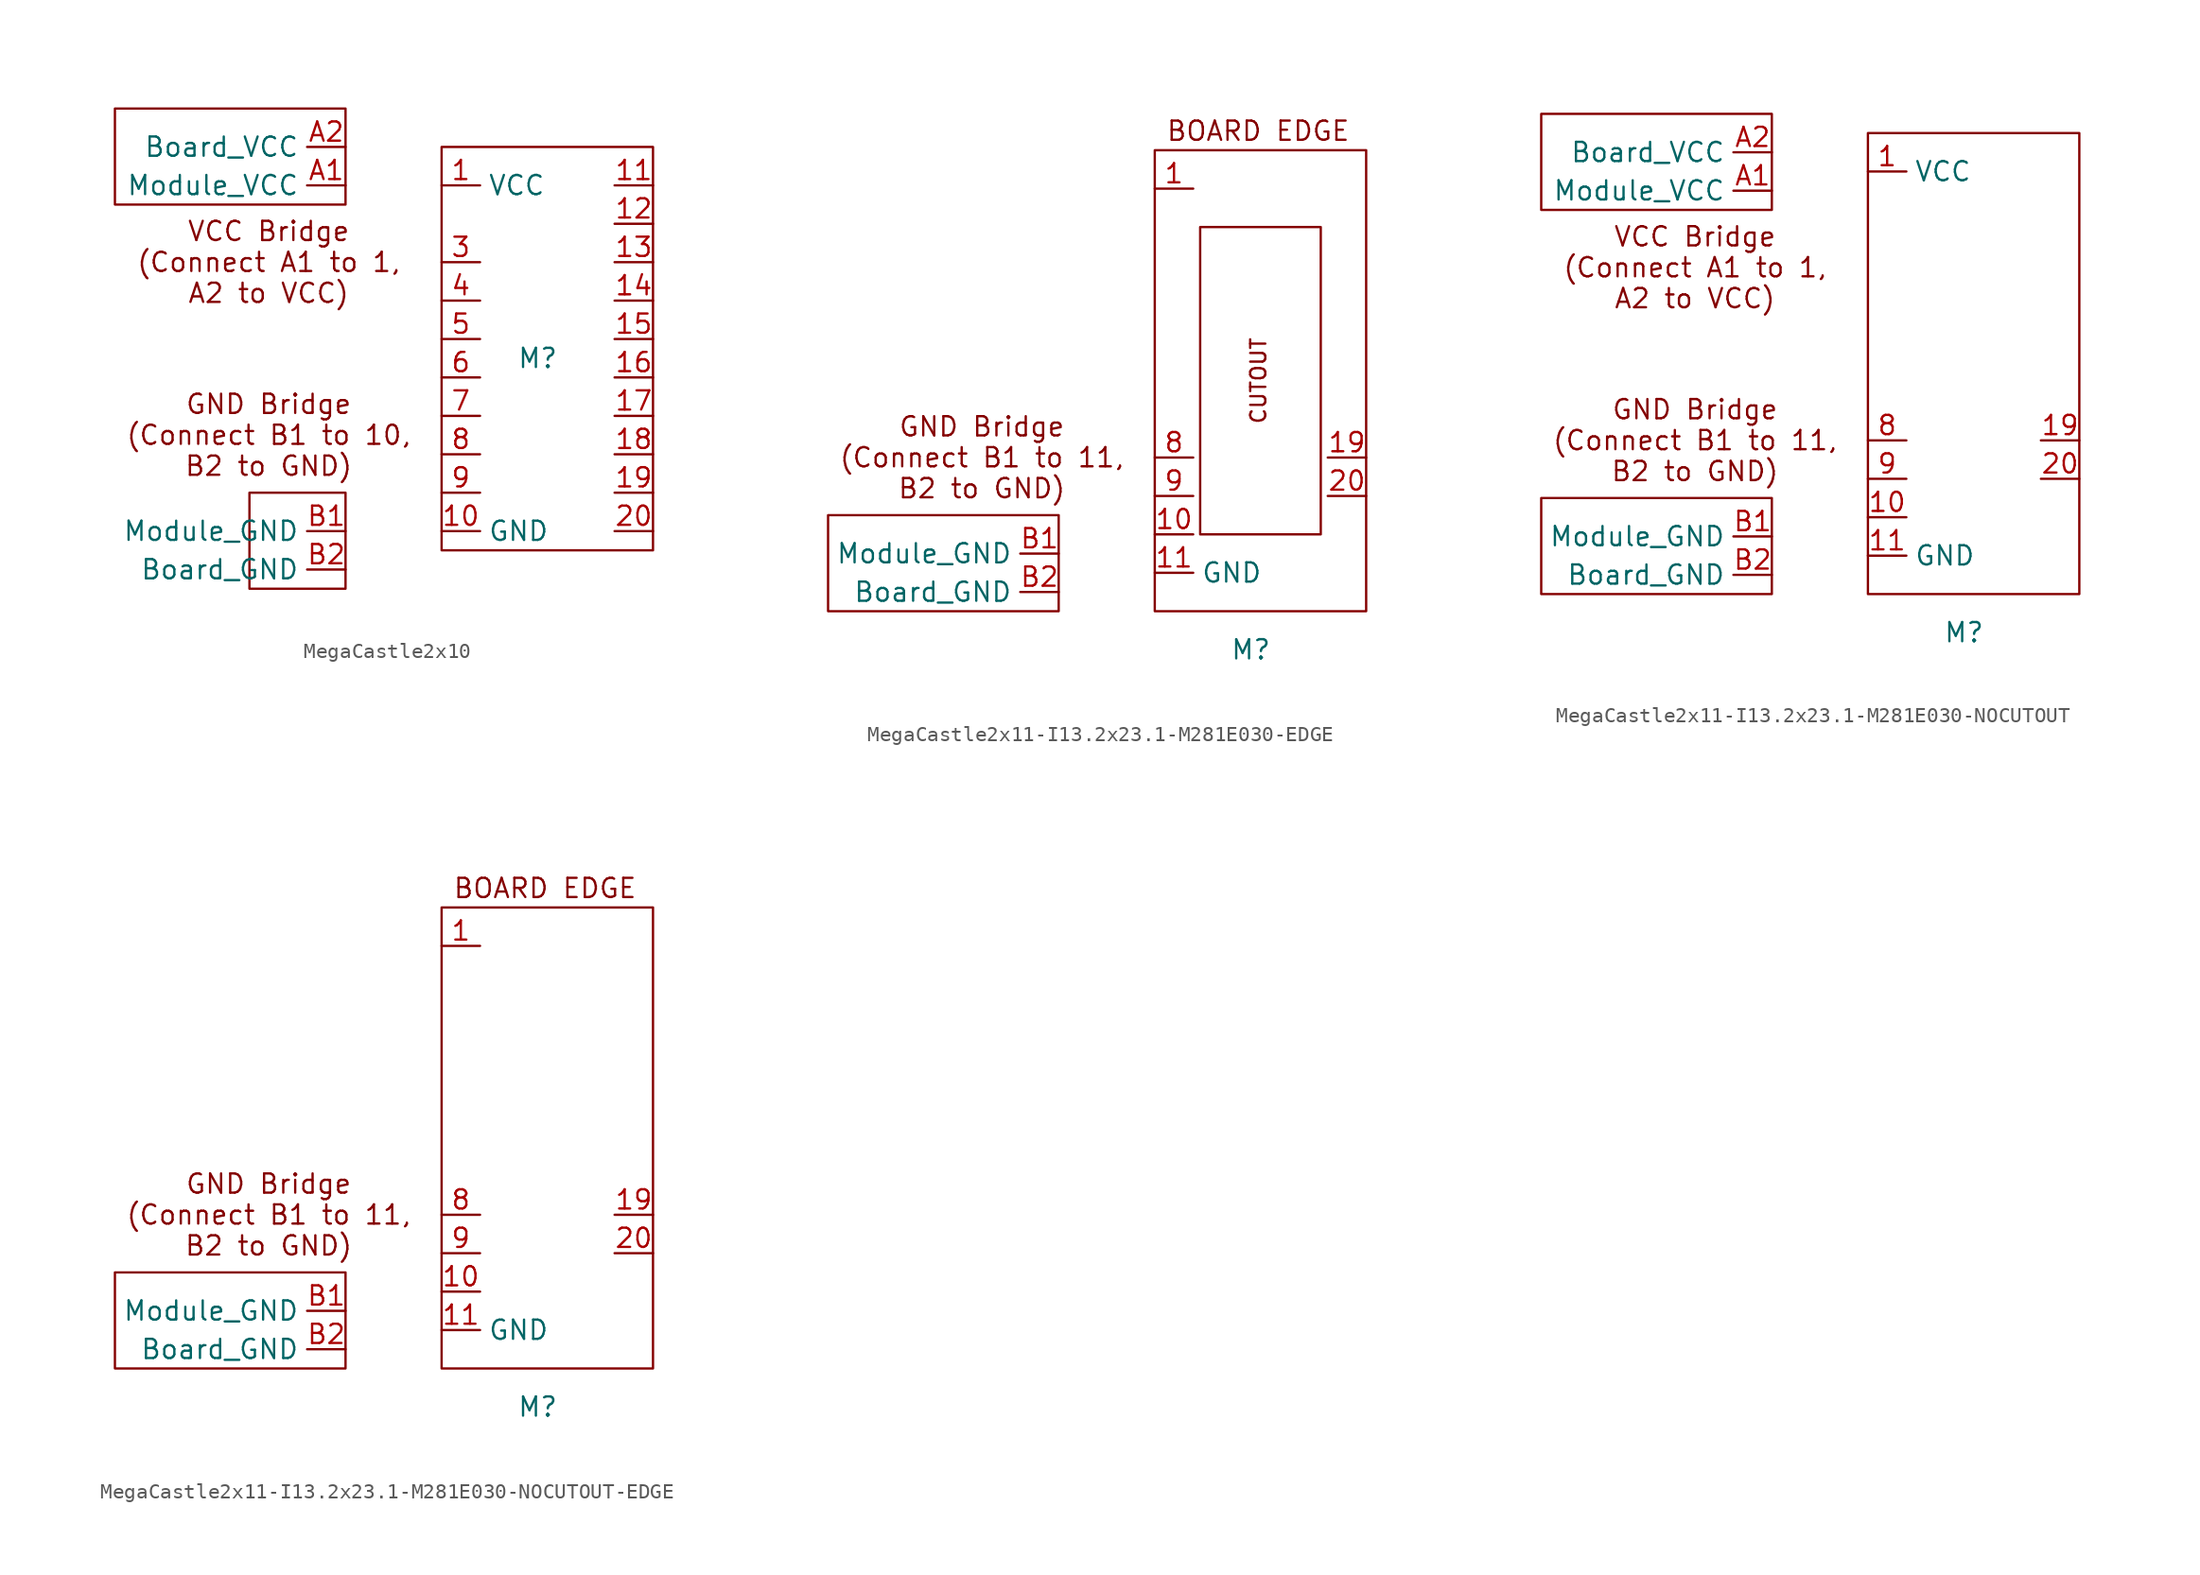
<source format=kicad_sym>
(kicad_symbol_lib
  (version 20241209)
  (generator "kicad_symbol_editor")
  (generator_version "9.0")
  (symbol "MegaCastle2x10"
    (property "Reference" "M"
      (at 0 0 0)
      (effects (font (size 1.27 1.27))))
    (property "Value" ""
      (at 0 5.08 0)
      (effects (font (size 1.27 1.27))))
    (symbol "MegaCastle2x10_0_1"
      (rectangle (start -27.94 16.51) (end -12.7 10.16) (stroke (width 0) (type default)) (fill (type none)))
      (rectangle (start -19.05 -8.89) (end -12.7 -15.24) (stroke (width 0) (type default)) (fill (type none)))
      (rectangle (start -6.35 13.97) (end 7.62 -12.7) (stroke (width 0) (type default)) (fill (type none))))
    (symbol "MegaCastle2x10_1_1"
      (text "VCC Bridge\n(Connect A1 to 1,\nA2 to VCC)" (at -17.78 6.35 0) (effects (font (size 1.27 1.27))))
      (text "GND Bridge\n(Connect B1 to 10,\nB2 to GND)" (at -17.78 -5.08 0) (effects (font (size 1.27 1.27))))
      (pin bidirectional line (at -12.7 13.97 180) (length 2.54) (name "Board_VCC" (effects (font (size 1.27 1.27)))) (number "A2" (effects (font (size 1.27 1.27)))))
      (pin bidirectional line (at -12.7 11.43 180) (length 2.54) (name "Module_VCC" (effects (font (size 1.27 1.27)))) (number "A1" (effects (font (size 1.27 1.27)))))
      (pin bidirectional line (at -12.7 -11.43 180) (length 2.54) (name "Module_GND" (effects (font (size 1.27 1.27)))) (number "B1" (effects (font (size 1.27 1.27)))))
      (pin bidirectional line (at -12.7 -13.97 180) (length 2.54) (name "Board_GND" (effects (font (size 1.27 1.27)))) (number "B2" (effects (font (size 1.27 1.27)))))
      (pin bidirectional line (at -6.35 11.43 0) (length 2.54) (name "VCC" (effects (font (size 1.27 1.27)))) (number "1" (effects (font (size 1.27 1.27)))))
      (pin bidirectional line (at -6.35 6.35 0) (length 2.54) (name "" (effects (font (size 1.27 1.27)))) (number "3" (effects (font (size 1.27 1.27)))))
      (pin bidirectional line (at -6.35 3.81 0) (length 2.54) (name "" (effects (font (size 1.27 1.27)))) (number "4" (effects (font (size 1.27 1.27)))))
      (pin bidirectional line (at -6.35 1.27 0) (length 2.54) (name "" (effects (font (size 1.27 1.27)))) (number "5" (effects (font (size 1.27 1.27)))))
      (pin bidirectional line (at -6.35 -1.27 0) (length 2.54) (name "" (effects (font (size 1.27 1.27)))) (number "6" (effects (font (size 1.27 1.27)))))
      (pin bidirectional line (at -6.35 -3.81 0) (length 2.54) (name "" (effects (font (size 1.27 1.27)))) (number "7" (effects (font (size 1.27 1.27)))))
      (pin bidirectional line (at -6.35 -6.35 0) (length 2.54) (name "" (effects (font (size 1.27 1.27)))) (number "8" (effects (font (size 1.27 1.27)))))
      (pin bidirectional line (at -6.35 -8.89 0) (length 2.54) (name "" (effects (font (size 1.27 1.27)))) (number "9" (effects (font (size 1.27 1.27)))))
      (pin bidirectional line (at -6.35 -11.43 0) (length 2.54) (name "GND" (effects (font (size 1.27 1.27)))) (number "10" (effects (font (size 1.27 1.27)))))
      (pin bidirectional line (at 7.62 11.43 180) (length 2.54) (name "" (effects (font (size 1.27 1.27)))) (number "11" (effects (font (size 1.27 1.27)))))
      (pin bidirectional line (at 7.62 8.89 180) (length 2.54) (name "" (effects (font (size 1.27 1.27)))) (number "12" (effects (font (size 1.27 1.27)))))
      (pin bidirectional line (at 7.62 6.35 180) (length 2.54) (name "" (effects (font (size 1.27 1.27)))) (number "13" (effects (font (size 1.27 1.27)))))
      (pin bidirectional line (at 7.62 3.81 180) (length 2.54) (name "" (effects (font (size 1.27 1.27)))) (number "14" (effects (font (size 1.27 1.27)))))
      (pin bidirectional line (at 7.62 1.27 180) (length 2.54) (name "" (effects (font (size 1.27 1.27)))) (number "15" (effects (font (size 1.27 1.27)))))
      (pin bidirectional line (at 7.62 -1.27 180) (length 2.54) (name "" (effects (font (size 1.27 1.27)))) (number "16" (effects (font (size 1.27 1.27)))))
      (pin bidirectional line (at 7.62 -3.81 180) (length 2.54) (name "" (effects (font (size 1.27 1.27)))) (number "17" (effects (font (size 1.27 1.27)))))
      (pin bidirectional line (at 7.62 -6.35 180) (length 2.54) (name "" (effects (font (size 1.27 1.27)))) (number "18" (effects (font (size 1.27 1.27)))))
      (pin bidirectional line (at 7.62 -8.89 180) (length 2.54) (name "" (effects (font (size 1.27 1.27)))) (number "19" (effects (font (size 1.27 1.27)))))
      (pin bidirectional line (at 7.62 -11.43 180) (length 2.54) (name "" (effects (font (size 1.27 1.27)))) (number "20" (effects (font (size 1.27 1.27)))))))
  (symbol "MegaCastle2x11-I13.2x23.1-M281E030-EDGE"
    (property "Reference" "M"
      (at 0 -17.78 0)
      (effects (font (size 1.27 1.27))))
    (property "Value" ""
      (at 0 5.08 0)
      (effects (font (size 1.27 1.27))))
    (symbol "MegaCastle2x11-I13.2x23.1-M281E030-EDGE_0_1"
      (rectangle (start -27.94 -8.89) (end -12.7 -15.24) (stroke (width 0) (type default)) (fill (type none)))
      (rectangle (start -6.35 15.24) (end 7.62 -15.24) (stroke (width 0) (type default)) (fill (type none)))
      (rectangle (start -3.35 10.16) (end 4.62 -10.16) (stroke (width 0) (type default)) (fill (type none))))
    (symbol "MegaCastle2x11-I13.2x23.1-M281E030-EDGE_1_1"
      (text "GND Bridge\n(Connect B1 to 11,\nB2 to GND)" (at -17.78 -5.08 0) (effects (font (size 1.27 1.27))))
      (text " BOARD EDGE" (at 0 16.51 0) (effects (font (size 1.27 1.27))))
      (text "CUTOUT" (at 0.5 0 900) (effects (font (size 1 1))))
      (pin bidirectional line (at -12.7 -11.43 180) (length 2.54) (name "Module_GND" (effects (font (size 1.27 1.27)))) (number "B1" (effects (font (size 1.27 1.27)))))
      (pin bidirectional line (at -12.7 -13.97 180) (length 2.54) (name "Board_GND" (effects (font (size 1.27 1.27)))) (number "B2" (effects (font (size 1.27 1.27)))))
      (pin bidirectional line (at -6.35 12.7 0) (length 2.54) (name "" (effects (font (size 1.27 1.27)))) (number "1" (effects (font (size 1.27 1.27)))))
      (pin bidirectional line (at -6.35 -5.08 0) (length 2.54) (name "" (effects (font (size 1.27 1.27)))) (number "8" (effects (font (size 1.27 1.27)))))
      (pin bidirectional line (at -6.35 -7.62 0) (length 2.54) (name "" (effects (font (size 1.27 1.27)))) (number "9" (effects (font (size 1.27 1.27)))))
      (pin bidirectional line (at -6.35 -10.16 0) (length 2.54) (name "" (effects (font (size 1.27 1.27)))) (number "10" (effects (font (size 1.27 1.27)))))
      (pin bidirectional line (at -6.35 -12.7 0) (length 2.54) (name "GND" (effects (font (size 1.27 1.27)))) (number "11" (effects (font (size 1.27 1.27)))))
      (pin bidirectional line (at 7.62 -5.08 180) (length 2.54) (name "" (effects (font (size 1.27 1.27)))) (number "19" (effects (font (size 1.27 1.27)))))
      (pin bidirectional line (at 7.62 -7.62 180) (length 2.54) (name "" (effects (font (size 1.27 1.27)))) (number "20" (effects (font (size 1.27 1.27)))))))
  (symbol "MegaCastle2x11-I13.2x23.1-M281E030-NOCUTOUT"
    (property "Reference" "M"
      (at 0 -17.78 0)
      (effects (font (size 1.27 1.27))))
    (property "Value" ""
      (at 0 5.08 0)
      (effects (font (size 1.27 1.27))))
    (symbol "MegaCastle2x11-I13.2x23.1-M281E030-NOCUTOUT_0_1"
      (rectangle (start -27.94 16.51) (end -12.7 10.16) (stroke (width 0) (type default)) (fill (type none)))
      (rectangle (start -27.94 -8.89) (end -12.7 -15.24) (stroke (width 0) (type default)) (fill (type none)))
      (rectangle (start -6.35 15.24) (end 7.62 -15.24) (stroke (width 0) (type default)) (fill (type none))))
    (symbol "MegaCastle2x11-I13.2x23.1-M281E030-NOCUTOUT_1_1"
      (text "VCC Bridge\n(Connect A1 to 1,\nA2 to VCC)" (at -17.78 6.35 0) (effects (font (size 1.27 1.27))))
      (text "GND Bridge\n(Connect B1 to 11,\nB2 to GND)" (at -17.78 -5.08 0) (effects (font (size 1.27 1.27))))
      (pin bidirectional line (at -12.7 13.97 180) (length 2.54) (name "Board_VCC" (effects (font (size 1.27 1.27)))) (number "A2" (effects (font (size 1.27 1.27)))))
      (pin bidirectional line (at -12.7 11.43 180) (length 2.54) (name "Module_VCC" (effects (font (size 1.27 1.27)))) (number "A1" (effects (font (size 1.27 1.27)))))
      (pin bidirectional line (at -12.7 -11.43 180) (length 2.54) (name "Module_GND" (effects (font (size 1.27 1.27)))) (number "B1" (effects (font (size 1.27 1.27)))))
      (pin bidirectional line (at -12.7 -13.97 180) (length 2.54) (name "Board_GND" (effects (font (size 1.27 1.27)))) (number "B2" (effects (font (size 1.27 1.27)))))
      (pin bidirectional line (at -6.35 12.7 0) (length 2.54) (name "VCC" (effects (font (size 1.27 1.27)))) (number "1" (effects (font (size 1.27 1.27)))))
      (pin bidirectional line (at -6.35 -5.08 0) (length 2.54) (name "" (effects (font (size 1.27 1.27)))) (number "8" (effects (font (size 1.27 1.27)))))
      (pin bidirectional line (at -6.35 -7.62 0) (length 2.54) (name "" (effects (font (size 1.27 1.27)))) (number "9" (effects (font (size 1.27 1.27)))))
      (pin bidirectional line (at -6.35 -10.16 0) (length 2.54) (name "" (effects (font (size 1.27 1.27)))) (number "10" (effects (font (size 1.27 1.27)))))
      (pin bidirectional line (at -6.35 -12.7 0) (length 2.54) (name "GND" (effects (font (size 1.27 1.27)))) (number "11" (effects (font (size 1.27 1.27)))))
      (pin bidirectional line (at 7.62 -5.08 180) (length 2.54) (name "" (effects (font (size 1.27 1.27)))) (number "19" (effects (font (size 1.27 1.27)))))
      (pin bidirectional line (at 7.62 -7.62 180) (length 2.54) (name "" (effects (font (size 1.27 1.27)))) (number "20" (effects (font (size 1.27 1.27)))))))
  (symbol "MegaCastle2x11-I13.2x23.1-M281E030-NOCUTOUT-EDGE"
    (property "Reference" "M"
      (at 0 -17.78 0)
      (effects (font (size 1.27 1.27))))
    (property "Value" ""
      (at 0 5.08 0)
      (effects (font (size 1.27 1.27))))
    (symbol "MegaCastle2x11-I13.2x23.1-M281E030-NOCUTOUT-EDGE_0_1"
      (rectangle (start -27.94 -8.89) (end -12.7 -15.24) (stroke (width 0) (type default)) (fill (type none)))
      (rectangle (start -6.35 15.24) (end 7.62 -15.24) (stroke (width 0) (type default)) (fill (type none))))
    (symbol "MegaCastle2x11-I13.2x23.1-M281E030-NOCUTOUT-EDGE_1_1"
      (text "GND Bridge\n(Connect B1 to 11,\nB2 to GND)" (at -17.78 -5.08 0) (effects (font (size 1.27 1.27))))
      (text " BOARD EDGE" (at 0 16.51 0) (effects (font (size 1.27 1.27))))
      (pin bidirectional line (at -12.7 -11.43 180) (length 2.54) (name "Module_GND" (effects (font (size 1.27 1.27)))) (number "B1" (effects (font (size 1.27 1.27)))))
      (pin bidirectional line (at -12.7 -13.97 180) (length 2.54) (name "Board_GND" (effects (font (size 1.27 1.27)))) (number "B2" (effects (font (size 1.27 1.27)))))
      (pin bidirectional line (at -6.35 12.7 0) (length 2.54) (name "" (effects (font (size 1.27 1.27)))) (number "1" (effects (font (size 1.27 1.27)))))
      (pin bidirectional line (at -6.35 -5.08 0) (length 2.54) (name "" (effects (font (size 1.27 1.27)))) (number "8" (effects (font (size 1.27 1.27)))))
      (pin bidirectional line (at -6.35 -7.62 0) (length 2.54) (name "" (effects (font (size 1.27 1.27)))) (number "9" (effects (font (size 1.27 1.27)))))
      (pin bidirectional line (at -6.35 -10.16 0) (length 2.54) (name "" (effects (font (size 1.27 1.27)))) (number "10" (effects (font (size 1.27 1.27)))))
      (pin bidirectional line (at -6.35 -12.7 0) (length 2.54) (name "GND" (effects (font (size 1.27 1.27)))) (number "11" (effects (font (size 1.27 1.27)))))
      (pin bidirectional line (at 7.62 -5.08 180) (length 2.54) (name "" (effects (font (size 1.27 1.27)))) (number "19" (effects (font (size 1.27 1.27)))))
      (pin bidirectional line (at 7.62 -7.62 180) (length 2.54) (name "" (effects (font (size 1.27 1.27)))) (number "20" (effects (font (size 1.27 1.27))))))))
</source>
